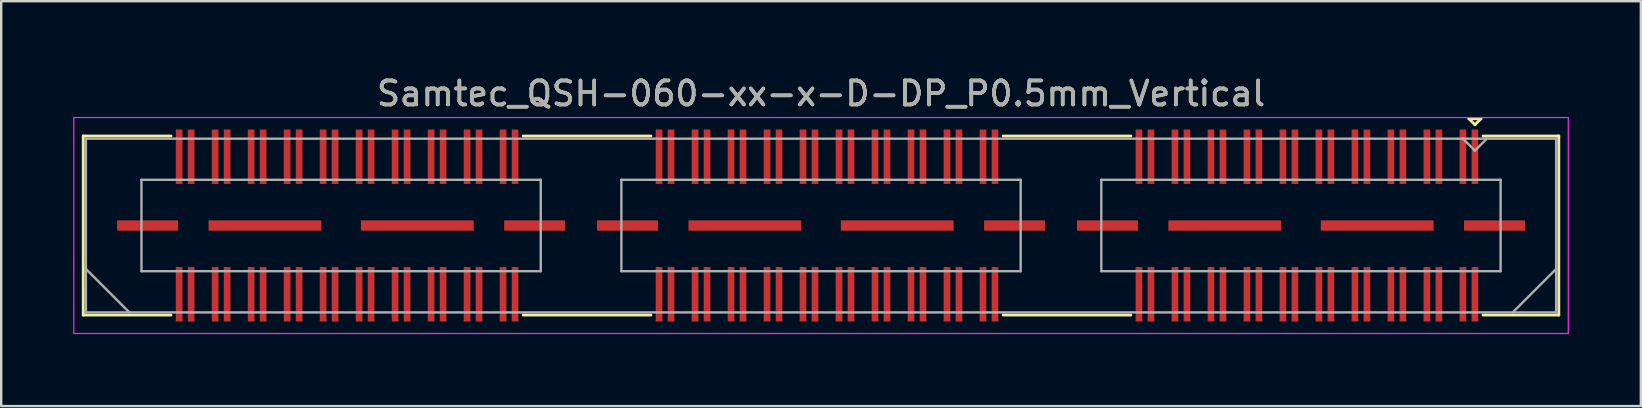
<source format=kicad_pcb>
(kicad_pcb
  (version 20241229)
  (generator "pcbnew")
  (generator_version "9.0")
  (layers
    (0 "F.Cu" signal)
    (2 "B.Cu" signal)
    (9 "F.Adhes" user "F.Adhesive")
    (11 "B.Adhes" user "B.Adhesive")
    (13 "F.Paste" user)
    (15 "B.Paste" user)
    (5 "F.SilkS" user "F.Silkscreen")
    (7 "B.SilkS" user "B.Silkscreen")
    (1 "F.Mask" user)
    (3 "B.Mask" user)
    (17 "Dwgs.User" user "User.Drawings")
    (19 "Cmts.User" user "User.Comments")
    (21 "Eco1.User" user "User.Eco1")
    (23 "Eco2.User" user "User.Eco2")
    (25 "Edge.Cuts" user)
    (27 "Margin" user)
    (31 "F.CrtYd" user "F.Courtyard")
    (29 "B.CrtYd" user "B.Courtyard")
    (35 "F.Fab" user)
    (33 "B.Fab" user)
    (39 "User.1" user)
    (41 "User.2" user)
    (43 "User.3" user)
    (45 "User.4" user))
  (footprint "Samtec_QSH-060-xx-x-D-DP_P0.5mm_Vertical"
    (layer "F.Cu")
    (at 31.165 6.348)
    (property "Reference" "Samtec_QSH-060-xx-x-D-DP_P0.5mm_Vertical" (at 0 -5.5 0) (layer "F.SilkS") (effects (font (size 1 1) (thickness 0.15))))
    (attr smd)
    (fp_line (start -30.745 -3.73) (end -27.09 -3.73) (stroke (width 0.12) (type solid)) (layer "F.SilkS"))
    (fp_line (start -30.745 3.73) (end -30.745 -3.73) (stroke (width 0.12) (type solid)) (layer "F.SilkS"))
    (fp_line (start -27.09 3.73) (end -30.745 3.73) (stroke (width 0.12) (type solid)) (layer "F.SilkS"))
    (fp_line (start -7.09 -3.73) (end -12.411 -3.73) (stroke (width 0.12) (type solid)) (layer "F.SilkS"))
    (fp_line (start -7.09 3.73) (end -12.411 3.73) (stroke (width 0.12) (type solid)) (layer "F.SilkS"))
    (fp_line (start 12.911 -3.73) (end 7.59 -3.73) (stroke (width 0.12) (type solid)) (layer "F.SilkS"))
    (fp_line (start 12.911 3.73) (end 7.59 3.73) (stroke (width 0.12) (type solid)) (layer "F.SilkS"))
    (fp_line (start 27 -4.45) (end 27.5 -4.45) (stroke (width 0.12) (type solid)) (layer "F.SilkS"))
    (fp_line (start 27.25 -4.2) (end 27 -4.45) (stroke (width 0.12) (type solid)) (layer "F.SilkS"))
    (fp_line (start 27.5 -4.45) (end 27.25 -4.2) (stroke (width 0.12) (type solid)) (layer "F.SilkS"))
    (fp_line (start 27.59 3.73) (end 30.745 3.73) (stroke (width 0.12) (type solid)) (layer "F.SilkS"))
    (fp_line (start 30.745 -3.73) (end 27.59 -3.73) (stroke (width 0.12) (type solid)) (layer "F.SilkS"))
    (fp_line (start 30.745 3.73) (end 30.745 -3.73) (stroke (width 0.12) (type solid)) (layer "F.SilkS"))
    (fp_line (start -31.14 -4.5) (end -31.14 4.5) (stroke (width 0.05) (type solid)) (layer "F.CrtYd"))
    (fp_line (start -31.14 4.5) (end 31.14 4.5) (stroke (width 0.05) (type solid)) (layer "F.CrtYd"))
    (fp_line (start 31.14 -4.5) (end -31.14 -4.5) (stroke (width 0.05) (type solid)) (layer "F.CrtYd"))
    (fp_line (start 31.14 4.5) (end 31.14 -4.5) (stroke (width 0.05) (type solid)) (layer "F.CrtYd"))
    (fp_line (start -30.635 -3.62) (end -30.635 3.62) (stroke (width 0.1) (type solid)) (layer "F.Fab"))
    (fp_line (start -30.635 1.81) (end -28.825 3.62) (stroke (width 0.1) (type solid)) (layer "F.Fab"))
    (fp_line (start -30.635 3.62) (end 30.635 3.62) (stroke (width 0.1) (type solid)) (layer "F.Fab"))
    (fp_line (start -28.32 -1.905) (end -28.32 1.905) (stroke (width 0.1) (type solid)) (layer "F.Fab"))
    (fp_line (start -28.32 1.905) (end -11.68 1.905) (stroke (width 0.1) (type solid)) (layer "F.Fab"))
    (fp_line (start -11.68 -1.905) (end -28.32 -1.905) (stroke (width 0.1) (type solid)) (layer "F.Fab"))
    (fp_line (start -11.68 1.905) (end -11.68 -1.905) (stroke (width 0.1) (type solid)) (layer "F.Fab"))
    (fp_line (start -8.32 -1.905) (end -8.32 1.905) (stroke (width 0.1) (type solid)) (layer "F.Fab"))
    (fp_line (start -8.32 1.905) (end 8.32 1.905) (stroke (width 0.1) (type solid)) (layer "F.Fab"))
    (fp_line (start 8.32 -1.905) (end -8.32 -1.905) (stroke (width 0.1) (type solid)) (layer "F.Fab"))
    (fp_line (start 8.32 1.905) (end 8.32 -1.905) (stroke (width 0.1) (type solid)) (layer "F.Fab"))
    (fp_line (start 11.68 -1.905) (end 11.68 1.905) (stroke (width 0.1) (type solid)) (layer "F.Fab"))
    (fp_line (start 11.68 1.905) (end 28.32 1.905) (stroke (width 0.1) (type solid)) (layer "F.Fab"))
    (fp_line (start 27.25 -3.12) (end 26.75 -3.62) (stroke (width 0.1) (type solid)) (layer "F.Fab"))
    (fp_line (start 27.75 -3.62) (end 27.25 -3.12) (stroke (width 0.1) (type solid)) (layer "F.Fab"))
    (fp_line (start 28.32 -1.905) (end 11.68 -1.905) (stroke (width 0.1) (type solid)) (layer "F.Fab"))
    (fp_line (start 28.32 1.905) (end 28.32 -1.905) (stroke (width 0.1) (type solid)) (layer "F.Fab"))
    (fp_line (start 30.635 -3.62) (end -30.635 -3.62) (stroke (width 0.1) (type solid)) (layer "F.Fab"))
    (fp_line (start 30.635 1.81) (end 28.825 3.62) (stroke (width 0.1) (type solid)) (layer "F.Fab"))
    (fp_line (start 30.635 3.62) (end 30.635 -3.62) (stroke (width 0.1) (type solid)) (layer "F.Fab"))
    (fp_text user "${REFERENCE}" (at 0 -5.5 0) (layer "F.Fab") (effects (font (size 1 1) (thickness 0.15))))
    (pad "1" smd rect (at 27.25 -2.865) (size 0.279 2.27) (layers "F.Cu" "F.Mask" "F.Paste"))
    (pad "2" smd rect (at 27.25 2.865) (size 0.279 2.27) (layers "F.Cu" "F.Mask" "F.Paste"))
    (pad "3" smd rect (at 26.75 -2.865) (size 0.279 2.27) (layers "F.Cu" "F.Mask" "F.Paste"))
    (pad "4" smd rect (at 26.75 2.865) (size 0.279 2.27) (layers "F.Cu" "F.Mask" "F.Paste"))
    (pad "5" smd rect (at 25.75 -2.865) (size 0.279 2.27) (layers "F.Cu" "F.Mask" "F.Paste"))
    (pad "6" smd rect (at 25.75 2.865) (size 0.279 2.27) (layers "F.Cu" "F.Mask" "F.Paste"))
    (pad "7" smd rect (at 25.25 -2.865) (size 0.279 2.27) (layers "F.Cu" "F.Mask" "F.Paste"))
    (pad "8" smd rect (at 25.25 2.865) (size 0.279 2.27) (layers "F.Cu" "F.Mask" "F.Paste"))
    (pad "9" smd rect (at 24.25 -2.865) (size 0.279 2.27) (layers "F.Cu" "F.Mask" "F.Paste"))
    (pad "10" smd rect (at 24.25 2.865) (size 0.279 2.27) (layers "F.Cu" "F.Mask" "F.Paste"))
    (pad "11" smd rect (at 23.75 -2.865) (size 0.279 2.27) (layers "F.Cu" "F.Mask" "F.Paste"))
    (pad "12" smd rect (at 23.75 2.865) (size 0.279 2.27) (layers "F.Cu" "F.Mask" "F.Paste"))
    (pad "13" smd rect (at 22.75 -2.865) (size 0.279 2.27) (layers "F.Cu" "F.Mask" "F.Paste"))
    (pad "14" smd rect (at 22.75 2.865) (size 0.279 2.27) (layers "F.Cu" "F.Mask" "F.Paste"))
    (pad "15" smd rect (at 22.25 -2.865) (size 0.279 2.27) (layers "F.Cu" "F.Mask" "F.Paste"))
    (pad "16" smd rect (at 22.25 2.865) (size 0.279 2.27) (layers "F.Cu" "F.Mask" "F.Paste"))
    (pad "17" smd rect (at 21.25 -2.865) (size 0.279 2.27) (layers "F.Cu" "F.Mask" "F.Paste"))
    (pad "18" smd rect (at 21.25 2.865) (size 0.279 2.27) (layers "F.Cu" "F.Mask" "F.Paste"))
    (pad "19" smd rect (at 20.75 -2.865) (size 0.279 2.27) (layers "F.Cu" "F.Mask" "F.Paste"))
    (pad "20" smd rect (at 20.75 2.865) (size 0.279 2.27) (layers "F.Cu" "F.Mask" "F.Paste"))
    (pad "21" smd rect (at 19.75 -2.865) (size 0.279 2.27) (layers "F.Cu" "F.Mask" "F.Paste"))
    (pad "22" smd rect (at 19.75 2.865) (size 0.279 2.27) (layers "F.Cu" "F.Mask" "F.Paste"))
    (pad "23" smd rect (at 19.25 -2.865) (size 0.279 2.27) (layers "F.Cu" "F.Mask" "F.Paste"))
    (pad "24" smd rect (at 19.25 2.865) (size 0.279 2.27) (layers "F.Cu" "F.Mask" "F.Paste"))
    (pad "25" smd rect (at 18.25 -2.865) (size 0.279 2.27) (layers "F.Cu" "F.Mask" "F.Paste"))
    (pad "26" smd rect (at 18.25 2.865) (size 0.279 2.27) (layers "F.Cu" "F.Mask" "F.Paste"))
    (pad "27" smd rect (at 17.75 -2.865) (size 0.279 2.27) (layers "F.Cu" "F.Mask" "F.Paste"))
    (pad "28" smd rect (at 17.75 2.865) (size 0.279 2.27) (layers "F.Cu" "F.Mask" "F.Paste"))
    (pad "29" smd rect (at 16.75 -2.865) (size 0.279 2.27) (layers "F.Cu" "F.Mask" "F.Paste"))
    (pad "30" smd rect (at 16.75 2.865) (size 0.279 2.27) (layers "F.Cu" "F.Mask" "F.Paste"))
    (pad "31" smd rect (at 16.25 -2.865) (size 0.279 2.27) (layers "F.Cu" "F.Mask" "F.Paste"))
    (pad "32" smd rect (at 16.25 2.865) (size 0.279 2.27) (layers "F.Cu" "F.Mask" "F.Paste"))
    (pad "33" smd rect (at 15.25 -2.865) (size 0.279 2.27) (layers "F.Cu" "F.Mask" "F.Paste"))
    (pad "34" smd rect (at 15.25 2.865) (size 0.279 2.27) (layers "F.Cu" "F.Mask" "F.Paste"))
    (pad "35" smd rect (at 14.75 -2.865) (size 0.279 2.27) (layers "F.Cu" "F.Mask" "F.Paste"))
    (pad "36" smd rect (at 14.75 2.865) (size 0.279 2.27) (layers "F.Cu" "F.Mask" "F.Paste"))
    (pad "37" smd rect (at 13.75 -2.865) (size 0.279 2.27) (layers "F.Cu" "F.Mask" "F.Paste"))
    (pad "38" smd rect (at 13.75 2.865) (size 0.279 2.27) (layers "F.Cu" "F.Mask" "F.Paste"))
    (pad "39" smd rect (at 13.25 -2.865) (size 0.279 2.27) (layers "F.Cu" "F.Mask" "F.Paste"))
    (pad "40" smd rect (at 13.25 2.865) (size 0.279 2.27) (layers "F.Cu" "F.Mask" "F.Paste"))
    (pad "41" smd rect (at 7.25 -2.865) (size 0.279 2.27) (layers "F.Cu" "F.Mask" "F.Paste"))
    (pad "42" smd rect (at 7.25 2.865) (size 0.279 2.27) (layers "F.Cu" "F.Mask" "F.Paste"))
    (pad "43" smd rect (at 6.75 -2.865) (size 0.279 2.27) (layers "F.Cu" "F.Mask" "F.Paste"))
    (pad "44" smd rect (at 6.75 2.865) (size 0.279 2.27) (layers "F.Cu" "F.Mask" "F.Paste"))
    (pad "45" smd rect (at 5.75 -2.865) (size 0.279 2.27) (layers "F.Cu" "F.Mask" "F.Paste"))
    (pad "46" smd rect (at 5.75 2.865) (size 0.279 2.27) (layers "F.Cu" "F.Mask" "F.Paste"))
    (pad "47" smd rect (at 5.25 -2.865) (size 0.279 2.27) (layers "F.Cu" "F.Mask" "F.Paste"))
    (pad "48" smd rect (at 5.25 2.865) (size 0.279 2.27) (layers "F.Cu" "F.Mask" "F.Paste"))
    (pad "49" smd rect (at 4.25 -2.865) (size 0.279 2.27) (layers "F.Cu" "F.Mask" "F.Paste"))
    (pad "50" smd rect (at 4.25 2.865) (size 0.279 2.27) (layers "F.Cu" "F.Mask" "F.Paste"))
    (pad "51" smd rect (at 3.75 -2.865) (size 0.279 2.27) (layers "F.Cu" "F.Mask" "F.Paste"))
    (pad "52" smd rect (at 3.75 2.865) (size 0.279 2.27) (layers "F.Cu" "F.Mask" "F.Paste"))
    (pad "53" smd rect (at 2.75 -2.865) (size 0.279 2.27) (layers "F.Cu" "F.Mask" "F.Paste"))
    (pad "54" smd rect (at 2.75 2.865) (size 0.279 2.27) (layers "F.Cu" "F.Mask" "F.Paste"))
    (pad "55" smd rect (at 2.25 -2.865) (size 0.279 2.27) (layers "F.Cu" "F.Mask" "F.Paste"))
    (pad "56" smd rect (at 2.25 2.865) (size 0.279 2.27) (layers "F.Cu" "F.Mask" "F.Paste"))
    (pad "57" smd rect (at 1.25 -2.865) (size 0.279 2.27) (layers "F.Cu" "F.Mask" "F.Paste"))
    (pad "58" smd rect (at 1.25 2.865) (size 0.279 2.27) (layers "F.Cu" "F.Mask" "F.Paste"))
    (pad "59" smd rect (at 0.75 -2.865) (size 0.279 2.27) (layers "F.Cu" "F.Mask" "F.Paste"))
    (pad "60" smd rect (at 0.75 2.865) (size 0.279 2.27) (layers "F.Cu" "F.Mask" "F.Paste"))
    (pad "61" smd rect (at -0.25 -2.865) (size 0.279 2.27) (layers "F.Cu" "F.Mask" "F.Paste"))
    (pad "62" smd rect (at -0.25 2.865) (size 0.279 2.27) (layers "F.Cu" "F.Mask" "F.Paste"))
    (pad "63" smd rect (at -0.75 -2.865) (size 0.279 2.27) (layers "F.Cu" "F.Mask" "F.Paste"))
    (pad "64" smd rect (at -0.75 2.865) (size 0.279 2.27) (layers "F.Cu" "F.Mask" "F.Paste"))
    (pad "65" smd rect (at -1.75 -2.865) (size 0.279 2.27) (layers "F.Cu" "F.Mask" "F.Paste"))
    (pad "66" smd rect (at -1.75 2.865) (size 0.279 2.27) (layers "F.Cu" "F.Mask" "F.Paste"))
    (pad "67" smd rect (at -2.25 -2.865) (size 0.279 2.27) (layers "F.Cu" "F.Mask" "F.Paste"))
    (pad "68" smd rect (at -2.25 2.865) (size 0.279 2.27) (layers "F.Cu" "F.Mask" "F.Paste"))
    (pad "69" smd rect (at -3.25 -2.865) (size 0.279 2.27) (layers "F.Cu" "F.Mask" "F.Paste"))
    (pad "70" smd rect (at -3.25 2.865) (size 0.279 2.27) (layers "F.Cu" "F.Mask" "F.Paste"))
    (pad "71" smd rect (at -3.75 -2.865) (size 0.279 2.27) (layers "F.Cu" "F.Mask" "F.Paste"))
    (pad "72" smd rect (at -3.75 2.865) (size 0.279 2.27) (layers "F.Cu" "F.Mask" "F.Paste"))
    (pad "73" smd rect (at -4.75 -2.865) (size 0.279 2.27) (layers "F.Cu" "F.Mask" "F.Paste"))
    (pad "74" smd rect (at -4.75 2.865) (size 0.279 2.27) (layers "F.Cu" "F.Mask" "F.Paste"))
    (pad "75" smd rect (at -5.25 -2.865) (size 0.279 2.27) (layers "F.Cu" "F.Mask" "F.Paste"))
    (pad "76" smd rect (at -5.25 2.865) (size 0.279 2.27) (layers "F.Cu" "F.Mask" "F.Paste"))
    (pad "77" smd rect (at -6.25 -2.865) (size 0.279 2.27) (layers "F.Cu" "F.Mask" "F.Paste"))
    (pad "78" smd rect (at -6.25 2.865) (size 0.279 2.27) (layers "F.Cu" "F.Mask" "F.Paste"))
    (pad "79" smd rect (at -6.75 -2.865) (size 0.279 2.27) (layers "F.Cu" "F.Mask" "F.Paste"))
    (pad "80" smd rect (at -6.75 2.865) (size 0.279 2.27) (layers "F.Cu" "F.Mask" "F.Paste"))
    (pad "81" smd rect (at -12.75 -2.865) (size 0.279 2.27) (layers "F.Cu" "F.Mask" "F.Paste"))
    (pad "82" smd rect (at -12.75 2.865) (size 0.279 2.27) (layers "F.Cu" "F.Mask" "F.Paste"))
    (pad "83" smd rect (at -13.25 -2.865) (size 0.279 2.27) (layers "F.Cu" "F.Mask" "F.Paste"))
    (pad "84" smd rect (at -13.25 2.865) (size 0.279 2.27) (layers "F.Cu" "F.Mask" "F.Paste"))
    (pad "85" smd rect (at -14.25 -2.865) (size 0.279 2.27) (layers "F.Cu" "F.Mask" "F.Paste"))
    (pad "86" smd rect (at -14.25 2.865) (size 0.279 2.27) (layers "F.Cu" "F.Mask" "F.Paste"))
    (pad "87" smd rect (at -14.75 -2.865) (size 0.279 2.27) (layers "F.Cu" "F.Mask" "F.Paste"))
    (pad "88" smd rect (at -14.75 2.865) (size 0.279 2.27) (layers "F.Cu" "F.Mask" "F.Paste"))
    (pad "89" smd rect (at -15.75 -2.865) (size 0.279 2.27) (layers "F.Cu" "F.Mask" "F.Paste"))
    (pad "90" smd rect (at -15.75 2.865) (size 0.279 2.27) (layers "F.Cu" "F.Mask" "F.Paste"))
    (pad "91" smd rect (at -16.25 -2.865) (size 0.279 2.27) (layers "F.Cu" "F.Mask" "F.Paste"))
    (pad "92" smd rect (at -16.25 2.865) (size 0.279 2.27) (layers "F.Cu" "F.Mask" "F.Paste"))
    (pad "93" smd rect (at -17.25 -2.865) (size 0.279 2.27) (layers "F.Cu" "F.Mask" "F.Paste"))
    (pad "94" smd rect (at -17.25 2.865) (size 0.279 2.27) (layers "F.Cu" "F.Mask" "F.Paste"))
    (pad "95" smd rect (at -17.75 -2.865) (size 0.279 2.27) (layers "F.Cu" "F.Mask" "F.Paste"))
    (pad "96" smd rect (at -17.75 2.865) (size 0.279 2.27) (layers "F.Cu" "F.Mask" "F.Paste"))
    (pad "97" smd rect (at -18.75 -2.865) (size 0.279 2.27) (layers "F.Cu" "F.Mask" "F.Paste"))
    (pad "98" smd rect (at -18.75 2.865) (size 0.279 2.27) (layers "F.Cu" "F.Mask" "F.Paste"))
    (pad "99" smd rect (at -19.25 -2.865) (size 0.279 2.27) (layers "F.Cu" "F.Mask" "F.Paste"))
    (pad "100" smd rect (at -19.25 2.865) (size 0.279 2.27) (layers "F.Cu" "F.Mask" "F.Paste"))
    (pad "101" smd rect (at -20.25 -2.865) (size 0.279 2.27) (layers "F.Cu" "F.Mask" "F.Paste"))
    (pad "102" smd rect (at -20.25 2.865) (size 0.279 2.27) (layers "F.Cu" "F.Mask" "F.Paste"))
    (pad "103" smd rect (at -20.75 -2.865) (size 0.279 2.27) (layers "F.Cu" "F.Mask" "F.Paste"))
    (pad "104" smd rect (at -20.75 2.865) (size 0.279 2.27) (layers "F.Cu" "F.Mask" "F.Paste"))
    (pad "105" smd rect (at -21.75 -2.865) (size 0.279 2.27) (layers "F.Cu" "F.Mask" "F.Paste"))
    (pad "106" smd rect (at -21.75 2.865) (size 0.279 2.27) (layers "F.Cu" "F.Mask" "F.Paste"))
    (pad "107" smd rect (at -22.25 -2.865) (size 0.279 2.27) (layers "F.Cu" "F.Mask" "F.Paste"))
    (pad "108" smd rect (at -22.25 2.865) (size 0.279 2.27) (layers "F.Cu" "F.Mask" "F.Paste"))
    (pad "109" smd rect (at -23.25 -2.865) (size 0.279 2.27) (layers "F.Cu" "F.Mask" "F.Paste"))
    (pad "110" smd rect (at -23.25 2.865) (size 0.279 2.27) (layers "F.Cu" "F.Mask" "F.Paste"))
    (pad "111" smd rect (at -23.75 -2.865) (size 0.279 2.27) (layers "F.Cu" "F.Mask" "F.Paste"))
    (pad "112" smd rect (at -23.75 2.865) (size 0.279 2.27) (layers "F.Cu" "F.Mask" "F.Paste"))
    (pad "113" smd rect (at -24.75 -2.865) (size 0.279 2.27) (layers "F.Cu" "F.Mask" "F.Paste"))
    (pad "114" smd rect (at -24.75 2.865) (size 0.279 2.27) (layers "F.Cu" "F.Mask" "F.Paste"))
    (pad "115" smd rect (at -25.25 -2.865) (size 0.279 2.27) (layers "F.Cu" "F.Mask" "F.Paste"))
    (pad "116" smd rect (at -25.25 2.865) (size 0.279 2.27) (layers "F.Cu" "F.Mask" "F.Paste"))
    (pad "117" smd rect (at -26.25 -2.865) (size 0.279 2.27) (layers "F.Cu" "F.Mask" "F.Paste"))
    (pad "118" smd rect (at -26.25 2.865) (size 0.279 2.27) (layers "F.Cu" "F.Mask" "F.Paste"))
    (pad "119" smd rect (at -26.75 -2.865) (size 0.279 2.27) (layers "F.Cu" "F.Mask" "F.Paste"))
    (pad "120" smd rect (at -26.75 2.865) (size 0.279 2.27) (layers "F.Cu" "F.Mask" "F.Paste"))
    (pad "P1" smd rect (at 11.935 0) (size 2.54 0.43) (layers "F.Cu" "F.Mask" "F.Paste"))
    (pad "P1" smd rect (at 16.825 0) (size 4.7 0.43) (layers "F.Cu" "F.Mask" "F.Paste"))
    (pad "P1" smd rect (at 23.175 0) (size 4.7 0.43) (layers "F.Cu" "F.Mask" "F.Paste"))
    (pad "P1" smd rect (at 28.065 0) (size 2.54 0.43) (layers "F.Cu" "F.Mask" "F.Paste"))
    (pad "P2" smd rect (at -8.065 0) (size 2.54 0.43) (layers "F.Cu" "F.Mask" "F.Paste"))
    (pad "P2" smd rect (at -3.175 0) (size 4.7 0.43) (layers "F.Cu" "F.Mask" "F.Paste"))
    (pad "P2" smd rect (at 3.175 0) (size 4.7 0.43) (layers "F.Cu" "F.Mask" "F.Paste"))
    (pad "P2" smd rect (at 8.065 0) (size 2.54 0.43) (layers "F.Cu" "F.Mask" "F.Paste"))
    (pad "P3" smd rect (at -28.065 0) (size 2.54 0.43) (layers "F.Cu" "F.Mask" "F.Paste"))
    (pad "P3" smd rect (at -23.175 0) (size 4.7 0.43) (layers "F.Cu" "F.Mask" "F.Paste"))
    (pad "P3" smd rect (at -16.825 0) (size 4.7 0.43) (layers "F.Cu" "F.Mask" "F.Paste"))
    (pad "P3" smd rect (at -11.935 0) (size 2.54 0.43) (layers "F.Cu" "F.Mask" "F.Paste")))
  (gr_rect
    (start -3 -3)
    (end 65.33 13.873)
    (stroke (width 0.1) (type default))
    (fill no)
    (layer "Edge.Cuts")))
</source>
